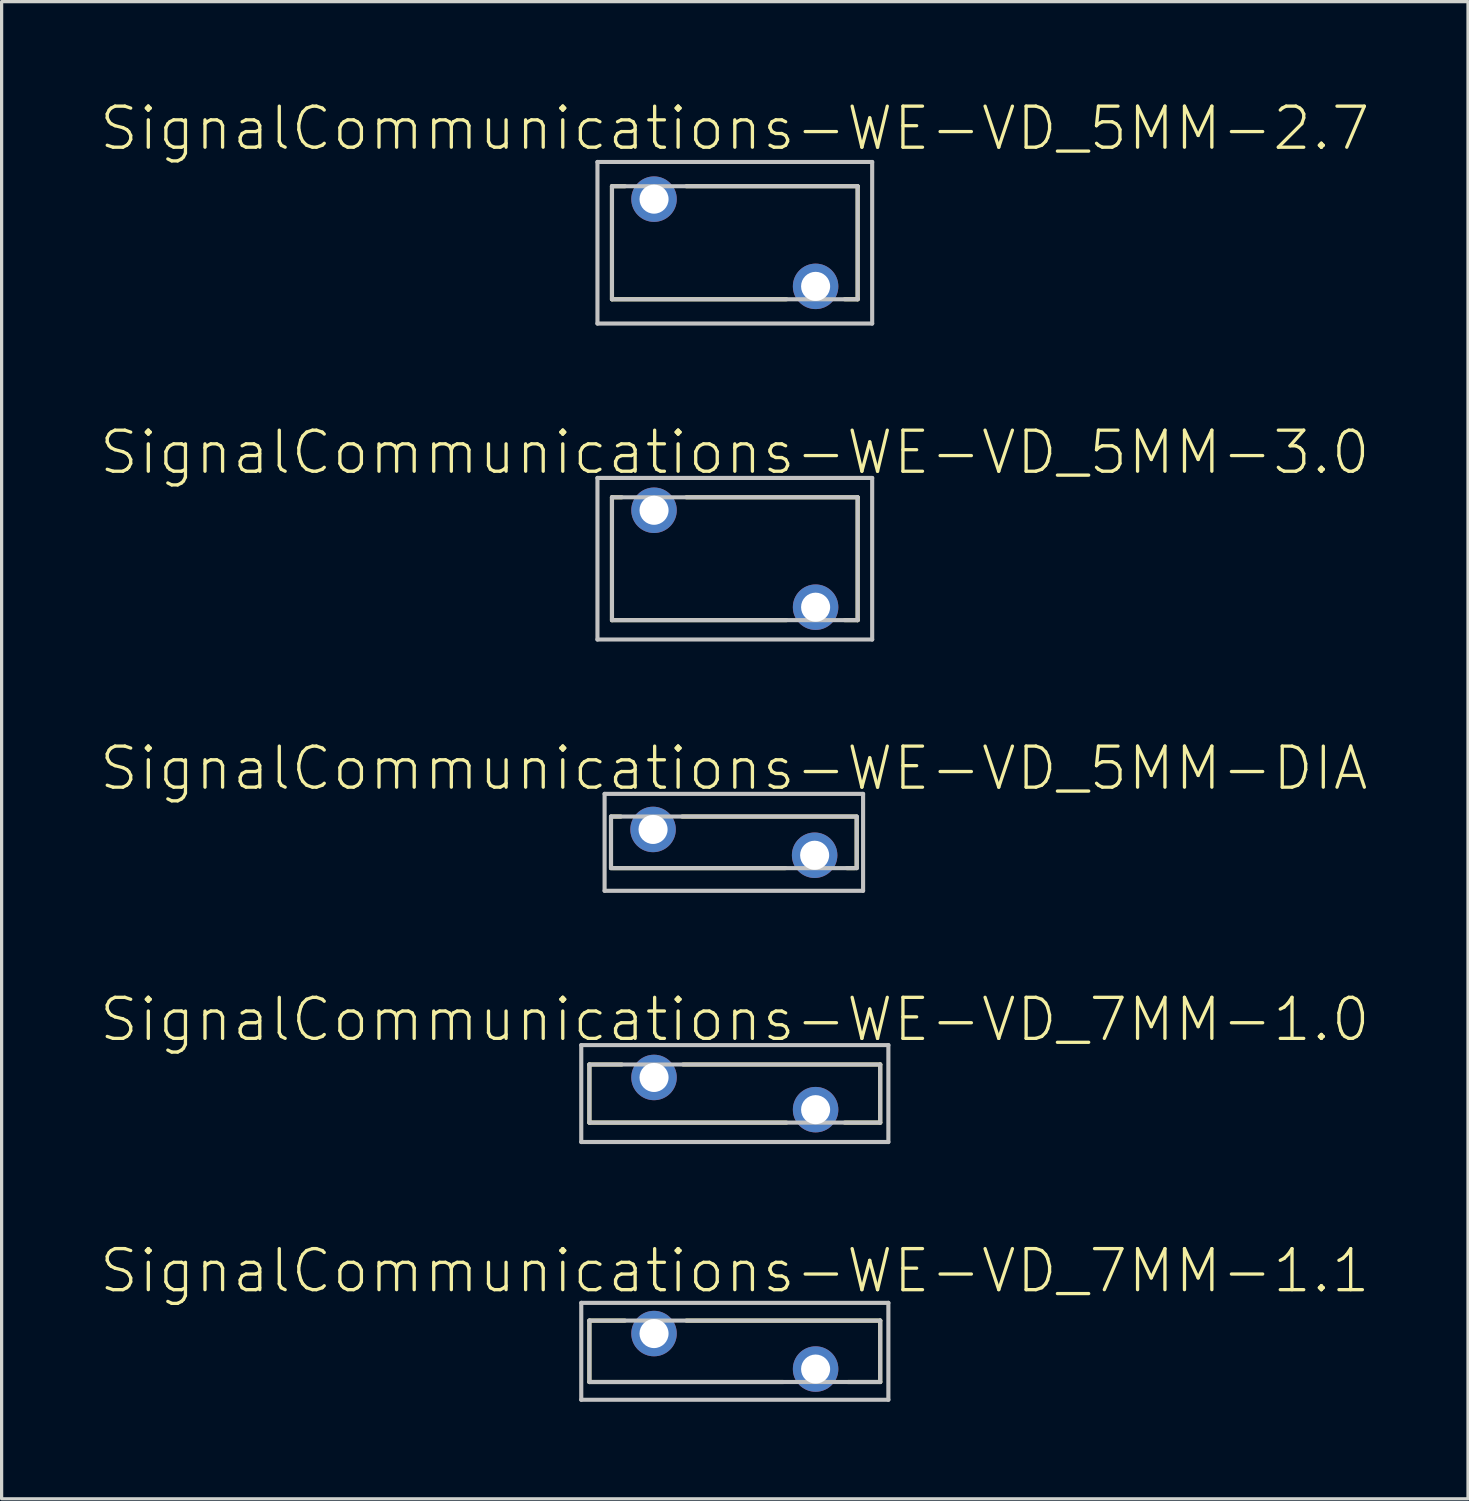
<source format=kicad_pcb>
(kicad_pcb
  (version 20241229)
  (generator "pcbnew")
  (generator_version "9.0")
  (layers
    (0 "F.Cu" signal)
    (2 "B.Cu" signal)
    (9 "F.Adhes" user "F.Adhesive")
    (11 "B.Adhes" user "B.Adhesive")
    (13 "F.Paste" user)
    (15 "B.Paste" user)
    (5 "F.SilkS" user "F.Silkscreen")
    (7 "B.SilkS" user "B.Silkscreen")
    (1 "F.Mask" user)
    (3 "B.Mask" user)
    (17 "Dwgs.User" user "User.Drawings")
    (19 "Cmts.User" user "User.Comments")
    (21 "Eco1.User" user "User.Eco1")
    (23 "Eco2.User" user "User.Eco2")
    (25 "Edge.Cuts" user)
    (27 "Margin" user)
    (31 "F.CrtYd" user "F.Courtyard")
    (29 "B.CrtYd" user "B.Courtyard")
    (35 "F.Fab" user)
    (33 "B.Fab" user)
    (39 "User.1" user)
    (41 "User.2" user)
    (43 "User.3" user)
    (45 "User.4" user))
  (footprint "SignalCommunications-WE-VD_7MM-1.1"
    (layer "F.Cu")
    (at 19.68 38.75)
    (property "Reference" "SignalCommunications-WE-VD_7MM-1.1" (at 0 -2.489 0) (layer "F.SilkS") (effects (font (size 1.27 1.27) (thickness 0.102))))
    (attr exclude_from_pos_files exclude_from_bom)
    (fp_line (start -4.498 -0.95) (end -3.399 -0.95) (stroke (width 0.127) (type solid)) (layer "F.SilkS"))
    (fp_line (start -4.498 0.95) (end -4.498 -0.95) (stroke (width 0.127) (type solid)) (layer "F.SilkS"))
    (fp_line (start -1.499 -0.95) (end 4.498 -0.95) (stroke (width 0.127) (type solid)) (layer "F.SilkS"))
    (fp_line (start 1.499 0.95) (end -4.498 0.95) (stroke (width 0.127) (type solid)) (layer "F.SilkS"))
    (fp_line (start 4.498 -0.95) (end 4.498 0.95) (stroke (width 0.127) (type solid)) (layer "F.SilkS"))
    (fp_line (start 4.498 0.95) (end 3.498 0.95) (stroke (width 0.127) (type solid)) (layer "F.SilkS"))
    (fp_line (start -4.75 -1.499) (end 4.75 -1.499) (stroke (width 0.127) (type solid)) (layer "Dwgs.User"))
    (fp_line (start -4.75 1.499) (end -4.75 -1.499) (stroke (width 0.127) (type solid)) (layer "Dwgs.User"))
    (fp_line (start -4.498 -0.95) (end -4.498 0.95) (stroke (width 0.127) (type solid)) (layer "Dwgs.User"))
    (fp_line (start -4.498 0.95) (end 4.498 0.95) (stroke (width 0.127) (type solid)) (layer "Dwgs.User"))
    (fp_line (start 4.498 -0.95) (end -4.498 -0.95) (stroke (width 0.127) (type solid)) (layer "Dwgs.User"))
    (fp_line (start 4.498 0.95) (end 4.498 -0.95) (stroke (width 0.127) (type solid)) (layer "Dwgs.User"))
    (fp_line (start 4.75 -1.499) (end 4.75 1.499) (stroke (width 0.127) (type solid)) (layer "Dwgs.User"))
    (fp_line (start 4.75 1.499) (end -4.75 1.499) (stroke (width 0.127) (type solid)) (layer "Dwgs.User"))
    (pad "1" thru_hole circle (at -2.499 -0.549) (size 1.407 1.407) (drill 0.899) (layers "*.Cu" "*.Paste" "*.Mask"))
    (pad "2" thru_hole circle (at 2.499 0.549) (size 1.407 1.407) (drill 0.899) (layers "*.Cu" "*.Paste" "*.Mask")))
  (footprint "SignalCommunications-WE-VD_5MM-3.0"
    (layer "F.Cu")
    (at 19.68 14.233)
    (property "Reference" "SignalCommunications-WE-VD_5MM-3.0" (at 0 -3.289 0) (layer "F.SilkS") (effects (font (size 1.27 1.27) (thickness 0.102))))
    (attr exclude_from_pos_files exclude_from_bom)
    (fp_line (start -3.8 -1.9) (end -3.498 -1.9) (stroke (width 0.127) (type solid)) (layer "F.SilkS"))
    (fp_line (start -3.8 1.9) (end -3.8 -1.9) (stroke (width 0.127) (type solid)) (layer "F.SilkS"))
    (fp_line (start -1.499 -1.9) (end 3.8 -1.9) (stroke (width 0.127) (type solid)) (layer "F.SilkS"))
    (fp_line (start 1.598 1.9) (end -3.8 1.9) (stroke (width 0.127) (type solid)) (layer "F.SilkS"))
    (fp_line (start 3.8 -1.9) (end 3.8 1.9) (stroke (width 0.127) (type solid)) (layer "F.SilkS"))
    (fp_line (start 3.8 1.9) (end 3.399 1.9) (stroke (width 0.127) (type solid)) (layer "F.SilkS"))
    (fp_line (start -4.249 -2.499) (end 4.249 -2.499) (stroke (width 0.127) (type solid)) (layer "Dwgs.User"))
    (fp_line (start -4.249 2.499) (end -4.249 -2.499) (stroke (width 0.127) (type solid)) (layer "Dwgs.User"))
    (fp_line (start -3.8 -1.9) (end -3.8 1.9) (stroke (width 0.127) (type solid)) (layer "Dwgs.User"))
    (fp_line (start -3.8 1.9) (end 3.8 1.9) (stroke (width 0.127) (type solid)) (layer "Dwgs.User"))
    (fp_line (start 3.8 -1.9) (end -3.8 -1.9) (stroke (width 0.127) (type solid)) (layer "Dwgs.User"))
    (fp_line (start 3.8 1.9) (end 3.8 -1.9) (stroke (width 0.127) (type solid)) (layer "Dwgs.User"))
    (fp_line (start 4.249 -2.499) (end 4.249 2.499) (stroke (width 0.127) (type solid)) (layer "Dwgs.User"))
    (fp_line (start 4.249 2.499) (end -4.249 2.499) (stroke (width 0.127) (type solid)) (layer "Dwgs.User"))
    (pad "1" thru_hole circle (at -2.499 -1.499) (size 1.407 1.407) (drill 0.899) (layers "*.Cu" "*.Paste" "*.Mask"))
    (pad "2" thru_hole circle (at 2.499 1.499) (size 1.407 1.407) (drill 0.899) (layers "*.Cu" "*.Paste" "*.Mask")))
  (footprint "SignalCommunications-WE-VD_5MM-2.7"
    (layer "F.Cu")
    (at 19.68 4.459)
    (property "Reference" "SignalCommunications-WE-VD_5MM-2.7" (at 0 -3.538 0) (layer "F.SilkS") (effects (font (size 1.27 1.27) (thickness 0.102))))
    (attr exclude_from_pos_files exclude_from_bom)
    (fp_line (start -3.8 -1.748) (end -3.8 1.748) (stroke (width 0.127) (type solid)) (layer "F.SilkS"))
    (fp_line (start -3.8 1.748) (end 1.598 1.748) (stroke (width 0.127) (type solid)) (layer "F.SilkS"))
    (fp_line (start -3.399 -1.748) (end -3.8 -1.748) (stroke (width 0.127) (type solid)) (layer "F.SilkS"))
    (fp_line (start 3.399 1.748) (end 3.8 1.748) (stroke (width 0.127) (type solid)) (layer "F.SilkS"))
    (fp_line (start 3.8 -1.748) (end -1.499 -1.748) (stroke (width 0.127) (type solid)) (layer "F.SilkS"))
    (fp_line (start 3.8 1.748) (end 3.8 -1.748) (stroke (width 0.127) (type solid)) (layer "F.SilkS"))
    (fp_line (start -4.249 -2.499) (end 4.249 -2.499) (stroke (width 0.127) (type solid)) (layer "Dwgs.User"))
    (fp_line (start -4.249 2.499) (end -4.249 -2.499) (stroke (width 0.127) (type solid)) (layer "Dwgs.User"))
    (fp_line (start -3.8 -1.748) (end -3.8 1.748) (stroke (width 0.127) (type solid)) (layer "Dwgs.User"))
    (fp_line (start -3.8 1.748) (end 3.8 1.748) (stroke (width 0.127) (type solid)) (layer "Dwgs.User"))
    (fp_line (start 3.8 -1.748) (end -3.8 -1.748) (stroke (width 0.127) (type solid)) (layer "Dwgs.User"))
    (fp_line (start 3.8 1.748) (end 3.8 -1.748) (stroke (width 0.127) (type solid)) (layer "Dwgs.User"))
    (fp_line (start 4.249 -2.499) (end 4.249 2.499) (stroke (width 0.127) (type solid)) (layer "Dwgs.User"))
    (fp_line (start 4.249 2.499) (end -4.249 2.499) (stroke (width 0.127) (type solid)) (layer "Dwgs.User"))
    (pad "1" thru_hole circle (at -2.499 -1.349) (size 1.407 1.407) (drill 0.899) (layers "*.Cu" "*.Paste" "*.Mask"))
    (pad "2" thru_hole circle (at 2.499 1.349) (size 1.407 1.407) (drill 0.899) (layers "*.Cu" "*.Paste" "*.Mask")))
  (footprint "SignalCommunications-WE-VD_5MM-DIA"
    (layer "F.Cu")
    (at 19.65 23.006)
    (property "Reference" "SignalCommunications-WE-VD_5MM-DIA" (at 0 -2.289 0) (layer "F.SilkS") (effects (font (size 1.27 1.27) (thickness 0.102))))
    (attr exclude_from_pos_files exclude_from_bom)
    (fp_line (start -3.8 0.798) (end -3.8 -0.798) (stroke (width 0.127) (type solid)) (layer "F.SilkS"))
    (fp_line (start -3.749 0.798) (end 1.598 0.798) (stroke (width 0.127) (type solid)) (layer "F.SilkS"))
    (fp_line (start -3.498 -0.798) (end -3.749 -0.798) (stroke (width 0.127) (type solid)) (layer "F.SilkS"))
    (fp_line (start 3.498 0.798) (end 3.749 0.798) (stroke (width 0.127) (type solid)) (layer "F.SilkS"))
    (fp_line (start 3.749 -0.798) (end -1.598 -0.798) (stroke (width 0.127) (type solid)) (layer "F.SilkS"))
    (fp_line (start 3.8 -0.798) (end 3.8 0.798) (stroke (width 0.127) (type solid)) (layer "F.SilkS"))
    (fp_line (start -3.998 -1.499) (end 3.998 -1.499) (stroke (width 0.127) (type solid)) (layer "Dwgs.User"))
    (fp_line (start -3.998 1.499) (end -3.998 -1.499) (stroke (width 0.127) (type solid)) (layer "Dwgs.User"))
    (fp_line (start -3.8 -0.798) (end 3.8 -0.798) (stroke (width 0.127) (type solid)) (layer "Dwgs.User"))
    (fp_line (start -3.8 0.798) (end -3.8 -0.798) (stroke (width 0.127) (type solid)) (layer "Dwgs.User"))
    (fp_line (start -3.8 0.798) (end 3.8 0.798) (stroke (width 0.127) (type solid)) (layer "Dwgs.User"))
    (fp_line (start 3.8 -0.798) (end 3.8 0.798) (stroke (width 0.127) (type solid)) (layer "Dwgs.User"))
    (fp_line (start 3.998 -1.499) (end 3.998 1.499) (stroke (width 0.127) (type solid)) (layer "Dwgs.User"))
    (fp_line (start 3.998 1.499) (end -3.998 1.499) (stroke (width 0.127) (type solid)) (layer "Dwgs.User"))
    (pad "1" thru_hole circle (at -2.499 -0.399) (size 1.407 1.407) (drill 0.899) (layers "*.Cu" "*.Paste" "*.Mask"))
    (pad "2" thru_hole circle (at 2.499 0.399) (size 1.407 1.407) (drill 0.899) (layers "*.Cu" "*.Paste" "*.Mask")))
  (footprint "SignalCommunications-WE-VD_7MM-1.0"
    (layer "F.Cu")
    (at 19.68 30.777)
    (property "Reference" "SignalCommunications-WE-VD_7MM-1.0" (at 0 -2.289 0) (layer "F.SilkS") (effects (font (size 1.27 1.27) (thickness 0.102))))
    (attr exclude_from_pos_files exclude_from_bom)
    (fp_line (start -4.498 -0.899) (end -4.498 0.899) (stroke (width 0.127) (type solid)) (layer "F.SilkS"))
    (fp_line (start -4.498 -0.899) (end -3.498 -0.899) (stroke (width 0.127) (type solid)) (layer "F.SilkS"))
    (fp_line (start -4.498 0.899) (end 1.598 0.899) (stroke (width 0.127) (type solid)) (layer "F.SilkS"))
    (fp_line (start -1.598 -0.899) (end 4.498 -0.899) (stroke (width 0.127) (type solid)) (layer "F.SilkS"))
    (fp_line (start 3.399 0.899) (end 4.498 0.899) (stroke (width 0.127) (type solid)) (layer "F.SilkS"))
    (fp_line (start 4.498 -0.899) (end 4.498 0.899) (stroke (width 0.127) (type solid)) (layer "F.SilkS"))
    (fp_line (start -4.75 -1.499) (end 4.75 -1.499) (stroke (width 0.127) (type solid)) (layer "Dwgs.User"))
    (fp_line (start -4.75 1.499) (end -4.75 -1.499) (stroke (width 0.127) (type solid)) (layer "Dwgs.User"))
    (fp_line (start -4.498 -0.899) (end -4.498 0.899) (stroke (width 0.127) (type solid)) (layer "Dwgs.User"))
    (fp_line (start -4.498 0.899) (end 4.498 0.899) (stroke (width 0.127) (type solid)) (layer "Dwgs.User"))
    (fp_line (start 4.498 -0.899) (end -4.498 -0.899) (stroke (width 0.127) (type solid)) (layer "Dwgs.User"))
    (fp_line (start 4.498 0.899) (end 4.498 -0.899) (stroke (width 0.127) (type solid)) (layer "Dwgs.User"))
    (fp_line (start 4.75 -1.499) (end 4.75 1.499) (stroke (width 0.127) (type solid)) (layer "Dwgs.User"))
    (fp_line (start 4.75 1.499) (end -4.75 1.499) (stroke (width 0.127) (type solid)) (layer "Dwgs.User"))
    (pad "1" thru_hole circle (at -2.499 -0.498) (size 1.407 1.407) (drill 0.899) (layers "*.Cu" "*.Paste" "*.Mask"))
    (pad "2" thru_hole circle (at 2.499 0.498) (size 1.407 1.407) (drill 0.899) (layers "*.Cu" "*.Paste" "*.Mask")))
  (gr_rect
    (start -3 -3)
    (end 42.36 43.312)
    (stroke (width 0.1) (type default))
    (fill no)
    (layer "Edge.Cuts")))
</source>
